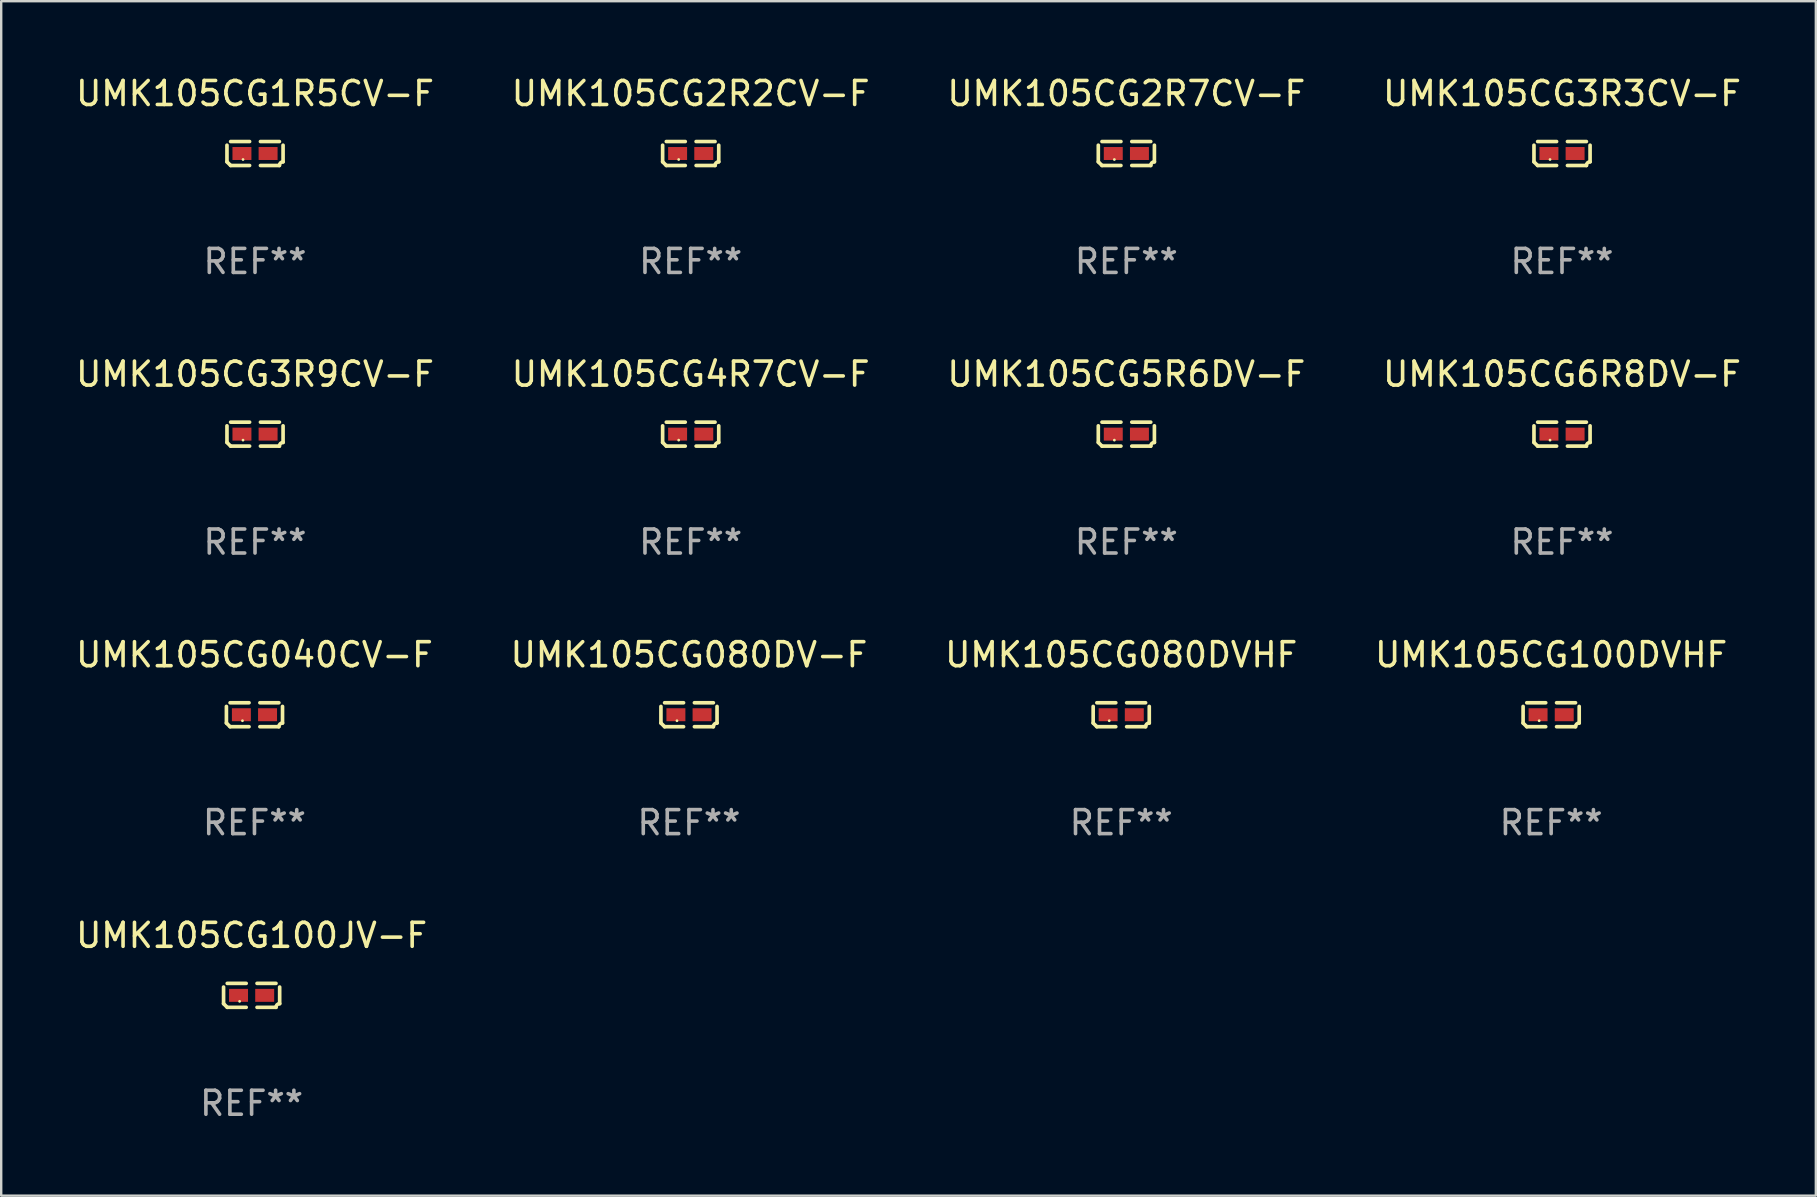
<source format=kicad_pcb>
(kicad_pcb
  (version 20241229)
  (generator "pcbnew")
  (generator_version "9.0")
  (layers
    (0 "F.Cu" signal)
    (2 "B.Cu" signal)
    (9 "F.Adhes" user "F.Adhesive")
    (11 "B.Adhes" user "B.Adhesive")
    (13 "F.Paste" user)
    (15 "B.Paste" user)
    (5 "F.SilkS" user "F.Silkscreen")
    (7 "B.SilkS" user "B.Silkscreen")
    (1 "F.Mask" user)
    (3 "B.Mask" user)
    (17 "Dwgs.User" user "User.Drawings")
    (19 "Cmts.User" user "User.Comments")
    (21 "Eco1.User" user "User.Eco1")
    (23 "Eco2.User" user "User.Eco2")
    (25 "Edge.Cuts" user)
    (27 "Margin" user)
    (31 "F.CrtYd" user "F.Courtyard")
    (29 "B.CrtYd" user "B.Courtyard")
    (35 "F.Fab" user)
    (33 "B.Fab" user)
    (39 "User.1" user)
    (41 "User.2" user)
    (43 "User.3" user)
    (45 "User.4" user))
  (footprint "UMK105CG3R3CV-F"
    (layer "F.Cu")
    (at 62.042 3.347)
    (property "Reference" "UMK105CG3R3CV-F" (at 0 -2.499 0) (layer "F.SilkS") (effects (font (size 1 1) (thickness 0.15))))
    (attr through_hole)
    (fp_line (start -1.169 0.346) (end -1.169 -0.346) (stroke (width 0.152) (type solid)) (layer "F.SilkS"))
    (fp_line (start -1.016 -0.499) (end -0.226 -0.499) (stroke (width 0.152) (type solid)) (layer "F.SilkS"))
    (fp_line (start -0.226 0.499) (end -1.016 0.499) (stroke (width 0.152) (type solid)) (layer "F.SilkS"))
    (fp_line (start 0.226 0.499) (end 1.016 0.499) (stroke (width 0.152) (type solid)) (layer "F.SilkS"))
    (fp_line (start 1.016 -0.499) (end 0.226 -0.499) (stroke (width 0.152) (type solid)) (layer "F.SilkS"))
    (fp_line (start 1.169 0.346) (end 1.169 -0.346) (stroke (width 0.152) (type solid)) (layer "F.SilkS"))
    (fp_arc (start -1.016307 0.498603) (mid -1.092512 0.422405) (end -1.16871 0.3462) (stroke (width 0.1524) (type solid)) (layer "F.SilkS"))
    (fp_arc (start 1.016307 0.498603) (mid 1.060899 0.390758) (end 1.168707 0.346076) (stroke (width 0.1524) (type solid)) (layer "F.SilkS"))
    (fp_circle (center -0.5 0.25) (end -0.47 0.25) (stroke (width 0.06) (type solid)) (fill no) (layer "F.SilkS"))
    (fp_text user "REF**" (at 0 4.499 0) (layer "F.Fab") (effects (font (size 1 1) (thickness 0.15))))
    (pad "1" smd rect (at -0.545 0) (size 0.79 0.54) (layers "F.Cu" "F.Mask" "F.Paste"))
    (pad "2" smd rect (at 0.545 0) (size 0.79 0.54) (layers "F.Cu" "F.Mask" "F.Paste")))
  (footprint "UMK105CG4R7CV-F"
    (layer "F.Cu")
    (at 25.732 15.041)
    (property "Reference" "UMK105CG4R7CV-F" (at 0 -2.499 0) (layer "F.SilkS") (effects (font (size 1 1) (thickness 0.15))))
    (attr through_hole)
    (fp_line (start -1.169 0.346) (end -1.169 -0.346) (stroke (width 0.152) (type solid)) (layer "F.SilkS"))
    (fp_line (start -1.016 -0.499) (end -0.226 -0.499) (stroke (width 0.152) (type solid)) (layer "F.SilkS"))
    (fp_line (start -0.226 0.499) (end -1.016 0.499) (stroke (width 0.152) (type solid)) (layer "F.SilkS"))
    (fp_line (start 0.226 0.499) (end 1.016 0.499) (stroke (width 0.152) (type solid)) (layer "F.SilkS"))
    (fp_line (start 1.016 -0.499) (end 0.226 -0.499) (stroke (width 0.152) (type solid)) (layer "F.SilkS"))
    (fp_line (start 1.169 0.346) (end 1.169 -0.346) (stroke (width 0.152) (type solid)) (layer "F.SilkS"))
    (fp_arc (start -1.016307 0.498603) (mid -1.092512 0.422405) (end -1.16871 0.3462) (stroke (width 0.1524) (type solid)) (layer "F.SilkS"))
    (fp_arc (start 1.016307 0.498603) (mid 1.060899 0.390758) (end 1.168707 0.346076) (stroke (width 0.1524) (type solid)) (layer "F.SilkS"))
    (fp_circle (center -0.5 0.25) (end -0.47 0.25) (stroke (width 0.06) (type solid)) (fill no) (layer "F.SilkS"))
    (fp_text user "REF**" (at 0 4.499 0) (layer "F.Fab") (effects (font (size 1 1) (thickness 0.15))))
    (pad "1" smd rect (at -0.545 0) (size 0.79 0.54) (layers "F.Cu" "F.Mask" "F.Paste"))
    (pad "2" smd rect (at 0.545 0) (size 0.79 0.54) (layers "F.Cu" "F.Mask" "F.Paste")))
  (footprint "UMK105CG2R2CV-F"
    (layer "F.Cu")
    (at 25.732 3.347)
    (property "Reference" "UMK105CG2R2CV-F" (at 0 -2.499 0) (layer "F.SilkS") (effects (font (size 1 1) (thickness 0.15))))
    (attr through_hole)
    (fp_line (start -1.169 0.346) (end -1.169 -0.346) (stroke (width 0.152) (type solid)) (layer "F.SilkS"))
    (fp_line (start -1.016 -0.499) (end -0.226 -0.499) (stroke (width 0.152) (type solid)) (layer "F.SilkS"))
    (fp_line (start -0.226 0.499) (end -1.016 0.499) (stroke (width 0.152) (type solid)) (layer "F.SilkS"))
    (fp_line (start 0.226 0.499) (end 1.016 0.499) (stroke (width 0.152) (type solid)) (layer "F.SilkS"))
    (fp_line (start 1.016 -0.499) (end 0.226 -0.499) (stroke (width 0.152) (type solid)) (layer "F.SilkS"))
    (fp_line (start 1.169 0.346) (end 1.169 -0.346) (stroke (width 0.152) (type solid)) (layer "F.SilkS"))
    (fp_arc (start -1.016307 0.498603) (mid -1.092512 0.422405) (end -1.16871 0.3462) (stroke (width 0.1524) (type solid)) (layer "F.SilkS"))
    (fp_arc (start 1.016307 0.498603) (mid 1.060899 0.390758) (end 1.168707 0.346076) (stroke (width 0.1524) (type solid)) (layer "F.SilkS"))
    (fp_circle (center -0.5 0.25) (end -0.47 0.25) (stroke (width 0.06) (type solid)) (fill no) (layer "F.SilkS"))
    (fp_text user "REF**" (at 0 4.499 0) (layer "F.Fab") (effects (font (size 1 1) (thickness 0.15))))
    (pad "1" smd rect (at -0.545 0) (size 0.79 0.54) (layers "F.Cu" "F.Mask" "F.Paste"))
    (pad "2" smd rect (at 0.545 0) (size 0.79 0.54) (layers "F.Cu" "F.Mask" "F.Paste")))
  (footprint "UMK105CG3R9CV-F"
    (layer "F.Cu")
    (at 7.577 15.041)
    (property "Reference" "UMK105CG3R9CV-F" (at 0 -2.499 0) (layer "F.SilkS") (effects (font (size 1 1) (thickness 0.15))))
    (attr through_hole)
    (fp_line (start -1.169 0.346) (end -1.169 -0.346) (stroke (width 0.152) (type solid)) (layer "F.SilkS"))
    (fp_line (start -1.016 -0.499) (end -0.226 -0.499) (stroke (width 0.152) (type solid)) (layer "F.SilkS"))
    (fp_line (start -0.226 0.499) (end -1.016 0.499) (stroke (width 0.152) (type solid)) (layer "F.SilkS"))
    (fp_line (start 0.226 0.499) (end 1.016 0.499) (stroke (width 0.152) (type solid)) (layer "F.SilkS"))
    (fp_line (start 1.016 -0.499) (end 0.226 -0.499) (stroke (width 0.152) (type solid)) (layer "F.SilkS"))
    (fp_line (start 1.169 0.346) (end 1.169 -0.346) (stroke (width 0.152) (type solid)) (layer "F.SilkS"))
    (fp_arc (start -1.016307 0.498603) (mid -1.092512 0.422405) (end -1.16871 0.3462) (stroke (width 0.1524) (type solid)) (layer "F.SilkS"))
    (fp_arc (start 1.016307 0.498603) (mid 1.060899 0.390758) (end 1.168707 0.346076) (stroke (width 0.1524) (type solid)) (layer "F.SilkS"))
    (fp_circle (center -0.5 0.25) (end -0.47 0.25) (stroke (width 0.06) (type solid)) (fill no) (layer "F.SilkS"))
    (fp_text user "REF**" (at 0 4.499 0) (layer "F.Fab") (effects (font (size 1 1) (thickness 0.15))))
    (pad "1" smd rect (at -0.545 0) (size 0.79 0.54) (layers "F.Cu" "F.Mask" "F.Paste"))
    (pad "2" smd rect (at 0.545 0) (size 0.79 0.54) (layers "F.Cu" "F.Mask" "F.Paste")))
  (footprint "UMK105CG6R8DV-F"
    (layer "F.Cu")
    (at 62.042 15.041)
    (property "Reference" "UMK105CG6R8DV-F" (at 0 -2.499 0) (layer "F.SilkS") (effects (font (size 1 1) (thickness 0.15))))
    (attr through_hole)
    (fp_line (start -1.169 0.346) (end -1.169 -0.346) (stroke (width 0.152) (type solid)) (layer "F.SilkS"))
    (fp_line (start -1.016 -0.499) (end -0.226 -0.499) (stroke (width 0.152) (type solid)) (layer "F.SilkS"))
    (fp_line (start -0.226 0.499) (end -1.016 0.499) (stroke (width 0.152) (type solid)) (layer "F.SilkS"))
    (fp_line (start 0.226 0.499) (end 1.016 0.499) (stroke (width 0.152) (type solid)) (layer "F.SilkS"))
    (fp_line (start 1.016 -0.499) (end 0.226 -0.499) (stroke (width 0.152) (type solid)) (layer "F.SilkS"))
    (fp_line (start 1.169 0.346) (end 1.169 -0.346) (stroke (width 0.152) (type solid)) (layer "F.SilkS"))
    (fp_arc (start -1.016307 0.498603) (mid -1.092512 0.422405) (end -1.16871 0.3462) (stroke (width 0.1524) (type solid)) (layer "F.SilkS"))
    (fp_arc (start 1.016307 0.498603) (mid 1.060899 0.390758) (end 1.168707 0.346076) (stroke (width 0.1524) (type solid)) (layer "F.SilkS"))
    (fp_circle (center -0.5 0.25) (end -0.47 0.25) (stroke (width 0.06) (type solid)) (fill no) (layer "F.SilkS"))
    (fp_text user "REF**" (at 0 4.499 0) (layer "F.Fab") (effects (font (size 1 1) (thickness 0.15))))
    (pad "1" smd rect (at -0.545 0) (size 0.79 0.54) (layers "F.Cu" "F.Mask" "F.Paste"))
    (pad "2" smd rect (at 0.545 0) (size 0.79 0.54) (layers "F.Cu" "F.Mask" "F.Paste")))
  (footprint "UMK105CG100JV-F"
    (layer "F.Cu")
    (at 7.435 38.428)
    (property "Reference" "UMK105CG100JV-F" (at 0 -2.499 0) (layer "F.SilkS") (effects (font (size 1 1) (thickness 0.15))))
    (attr through_hole)
    (fp_line (start -1.169 0.346) (end -1.169 -0.346) (stroke (width 0.152) (type solid)) (layer "F.SilkS"))
    (fp_line (start -1.016 -0.499) (end -0.226 -0.499) (stroke (width 0.152) (type solid)) (layer "F.SilkS"))
    (fp_line (start -0.226 0.499) (end -1.016 0.499) (stroke (width 0.152) (type solid)) (layer "F.SilkS"))
    (fp_line (start 0.226 0.499) (end 1.016 0.499) (stroke (width 0.152) (type solid)) (layer "F.SilkS"))
    (fp_line (start 1.016 -0.499) (end 0.226 -0.499) (stroke (width 0.152) (type solid)) (layer "F.SilkS"))
    (fp_line (start 1.169 0.346) (end 1.169 -0.346) (stroke (width 0.152) (type solid)) (layer "F.SilkS"))
    (fp_arc (start -1.016307 0.498603) (mid -1.092512 0.422405) (end -1.16871 0.3462) (stroke (width 0.1524) (type solid)) (layer "F.SilkS"))
    (fp_arc (start 1.016307 0.498603) (mid 1.060899 0.390758) (end 1.168707 0.346076) (stroke (width 0.1524) (type solid)) (layer "F.SilkS"))
    (fp_circle (center -0.5 0.25) (end -0.47 0.25) (stroke (width 0.06) (type solid)) (fill no) (layer "F.SilkS"))
    (fp_text user "REF**" (at 0 4.499 0) (layer "F.Fab") (effects (font (size 1 1) (thickness 0.15))))
    (pad "1" smd rect (at -0.545 0) (size 0.79 0.54) (layers "F.Cu" "F.Mask" "F.Paste"))
    (pad "2" smd rect (at 0.545 0) (size 0.79 0.54) (layers "F.Cu" "F.Mask" "F.Paste")))
  (footprint "UMK105CG100DVHF"
    (layer "F.Cu")
    (at 61.589 26.734)
    (property "Reference" "UMK105CG100DVHF" (at 0 -2.499 0) (layer "F.SilkS") (effects (font (size 1 1) (thickness 0.15))))
    (attr through_hole)
    (fp_line (start -1.169 0.346) (end -1.169 -0.346) (stroke (width 0.152) (type solid)) (layer "F.SilkS"))
    (fp_line (start -1.016 -0.499) (end -0.226 -0.499) (stroke (width 0.152) (type solid)) (layer "F.SilkS"))
    (fp_line (start -0.226 0.499) (end -1.016 0.499) (stroke (width 0.152) (type solid)) (layer "F.SilkS"))
    (fp_line (start 0.226 0.499) (end 1.016 0.499) (stroke (width 0.152) (type solid)) (layer "F.SilkS"))
    (fp_line (start 1.016 -0.499) (end 0.226 -0.499) (stroke (width 0.152) (type solid)) (layer "F.SilkS"))
    (fp_line (start 1.169 0.346) (end 1.169 -0.346) (stroke (width 0.152) (type solid)) (layer "F.SilkS"))
    (fp_arc (start -1.016307 0.498603) (mid -1.092512 0.422405) (end -1.16871 0.3462) (stroke (width 0.1524) (type solid)) (layer "F.SilkS"))
    (fp_arc (start 1.016307 0.498603) (mid 1.060899 0.390758) (end 1.168707 0.346076) (stroke (width 0.1524) (type solid)) (layer "F.SilkS"))
    (fp_circle (center -0.5 0.25) (end -0.47 0.25) (stroke (width 0.06) (type solid)) (fill no) (layer "F.SilkS"))
    (fp_text user "REF**" (at 0 4.499 0) (layer "F.Fab") (effects (font (size 1 1) (thickness 0.15))))
    (pad "1" smd rect (at -0.545 0) (size 0.79 0.54) (layers "F.Cu" "F.Mask" "F.Paste"))
    (pad "2" smd rect (at 0.545 0) (size 0.79 0.54) (layers "F.Cu" "F.Mask" "F.Paste")))
  (footprint "UMK105CG1R5CV-F"
    (layer "F.Cu")
    (at 7.577 3.347)
    (property "Reference" "UMK105CG1R5CV-F" (at 0 -2.499 0) (layer "F.SilkS") (effects (font (size 1 1) (thickness 0.15))))
    (attr through_hole)
    (fp_line (start -1.169 0.346) (end -1.169 -0.346) (stroke (width 0.152) (type solid)) (layer "F.SilkS"))
    (fp_line (start -1.016 -0.499) (end -0.226 -0.499) (stroke (width 0.152) (type solid)) (layer "F.SilkS"))
    (fp_line (start -0.226 0.499) (end -1.016 0.499) (stroke (width 0.152) (type solid)) (layer "F.SilkS"))
    (fp_line (start 0.226 0.499) (end 1.016 0.499) (stroke (width 0.152) (type solid)) (layer "F.SilkS"))
    (fp_line (start 1.016 -0.499) (end 0.226 -0.499) (stroke (width 0.152) (type solid)) (layer "F.SilkS"))
    (fp_line (start 1.169 0.346) (end 1.169 -0.346) (stroke (width 0.152) (type solid)) (layer "F.SilkS"))
    (fp_arc (start -1.016307 0.498603) (mid -1.092512 0.422405) (end -1.16871 0.3462) (stroke (width 0.1524) (type solid)) (layer "F.SilkS"))
    (fp_arc (start 1.016307 0.498603) (mid 1.060899 0.390758) (end 1.168707 0.346076) (stroke (width 0.1524) (type solid)) (layer "F.SilkS"))
    (fp_circle (center -0.5 0.25) (end -0.47 0.25) (stroke (width 0.06) (type solid)) (fill no) (layer "F.SilkS"))
    (fp_text user "REF**" (at 0 4.499 0) (layer "F.Fab") (effects (font (size 1 1) (thickness 0.15))))
    (pad "1" smd rect (at -0.545 0) (size 0.79 0.54) (layers "F.Cu" "F.Mask" "F.Paste"))
    (pad "2" smd rect (at 0.545 0) (size 0.79 0.54) (layers "F.Cu" "F.Mask" "F.Paste")))
  (footprint "UMK105CG5R6DV-F"
    (layer "F.Cu")
    (at 43.887 15.041)
    (property "Reference" "UMK105CG5R6DV-F" (at 0 -2.499 0) (layer "F.SilkS") (effects (font (size 1 1) (thickness 0.15))))
    (attr through_hole)
    (fp_line (start -1.169 0.346) (end -1.169 -0.346) (stroke (width 0.152) (type solid)) (layer "F.SilkS"))
    (fp_line (start -1.016 -0.499) (end -0.226 -0.499) (stroke (width 0.152) (type solid)) (layer "F.SilkS"))
    (fp_line (start -0.226 0.499) (end -1.016 0.499) (stroke (width 0.152) (type solid)) (layer "F.SilkS"))
    (fp_line (start 0.226 0.499) (end 1.016 0.499) (stroke (width 0.152) (type solid)) (layer "F.SilkS"))
    (fp_line (start 1.016 -0.499) (end 0.226 -0.499) (stroke (width 0.152) (type solid)) (layer "F.SilkS"))
    (fp_line (start 1.169 0.346) (end 1.169 -0.346) (stroke (width 0.152) (type solid)) (layer "F.SilkS"))
    (fp_arc (start -1.016307 0.498603) (mid -1.092512 0.422405) (end -1.16871 0.3462) (stroke (width 0.1524) (type solid)) (layer "F.SilkS"))
    (fp_arc (start 1.016307 0.498603) (mid 1.060899 0.390758) (end 1.168707 0.346076) (stroke (width 0.1524) (type solid)) (layer "F.SilkS"))
    (fp_circle (center -0.5 0.25) (end -0.47 0.25) (stroke (width 0.06) (type solid)) (fill no) (layer "F.SilkS"))
    (fp_text user "REF**" (at 0 4.499 0) (layer "F.Fab") (effects (font (size 1 1) (thickness 0.15))))
    (pad "1" smd rect (at -0.545 0) (size 0.79 0.54) (layers "F.Cu" "F.Mask" "F.Paste"))
    (pad "2" smd rect (at 0.545 0) (size 0.79 0.54) (layers "F.Cu" "F.Mask" "F.Paste")))
  (footprint "UMK105CG2R7CV-F"
    (layer "F.Cu")
    (at 43.887 3.347)
    (property "Reference" "UMK105CG2R7CV-F" (at 0 -2.499 0) (layer "F.SilkS") (effects (font (size 1 1) (thickness 0.15))))
    (attr through_hole)
    (fp_line (start -1.169 0.346) (end -1.169 -0.346) (stroke (width 0.152) (type solid)) (layer "F.SilkS"))
    (fp_line (start -1.016 -0.499) (end -0.226 -0.499) (stroke (width 0.152) (type solid)) (layer "F.SilkS"))
    (fp_line (start -0.226 0.499) (end -1.016 0.499) (stroke (width 0.152) (type solid)) (layer "F.SilkS"))
    (fp_line (start 0.226 0.499) (end 1.016 0.499) (stroke (width 0.152) (type solid)) (layer "F.SilkS"))
    (fp_line (start 1.016 -0.499) (end 0.226 -0.499) (stroke (width 0.152) (type solid)) (layer "F.SilkS"))
    (fp_line (start 1.169 0.346) (end 1.169 -0.346) (stroke (width 0.152) (type solid)) (layer "F.SilkS"))
    (fp_arc (start -1.016307 0.498603) (mid -1.092512 0.422405) (end -1.16871 0.3462) (stroke (width 0.1524) (type solid)) (layer "F.SilkS"))
    (fp_arc (start 1.016307 0.498603) (mid 1.060899 0.390758) (end 1.168707 0.346076) (stroke (width 0.1524) (type solid)) (layer "F.SilkS"))
    (fp_circle (center -0.5 0.25) (end -0.47 0.25) (stroke (width 0.06) (type solid)) (fill no) (layer "F.SilkS"))
    (fp_text user "REF**" (at 0 4.499 0) (layer "F.Fab") (effects (font (size 1 1) (thickness 0.15))))
    (pad "1" smd rect (at -0.545 0) (size 0.79 0.54) (layers "F.Cu" "F.Mask" "F.Paste"))
    (pad "2" smd rect (at 0.545 0) (size 0.79 0.54) (layers "F.Cu" "F.Mask" "F.Paste")))
  (footprint "UMK105CG040CV-F"
    (layer "F.Cu")
    (at 7.554 26.734)
    (property "Reference" "UMK105CG040CV-F" (at 0 -2.499 0) (layer "F.SilkS") (effects (font (size 1 1) (thickness 0.15))))
    (attr through_hole)
    (fp_line (start -1.169 0.346) (end -1.169 -0.346) (stroke (width 0.152) (type solid)) (layer "F.SilkS"))
    (fp_line (start -1.016 -0.499) (end -0.226 -0.499) (stroke (width 0.152) (type solid)) (layer "F.SilkS"))
    (fp_line (start -0.226 0.499) (end -1.016 0.499) (stroke (width 0.152) (type solid)) (layer "F.SilkS"))
    (fp_line (start 0.226 0.499) (end 1.016 0.499) (stroke (width 0.152) (type solid)) (layer "F.SilkS"))
    (fp_line (start 1.016 -0.499) (end 0.226 -0.499) (stroke (width 0.152) (type solid)) (layer "F.SilkS"))
    (fp_line (start 1.169 0.346) (end 1.169 -0.346) (stroke (width 0.152) (type solid)) (layer "F.SilkS"))
    (fp_arc (start -1.016307 0.498603) (mid -1.092512 0.422405) (end -1.16871 0.3462) (stroke (width 0.1524) (type solid)) (layer "F.SilkS"))
    (fp_arc (start 1.016307 0.498603) (mid 1.060899 0.390758) (end 1.168707 0.346076) (stroke (width 0.1524) (type solid)) (layer "F.SilkS"))
    (fp_circle (center -0.5 0.25) (end -0.47 0.25) (stroke (width 0.06) (type solid)) (fill no) (layer "F.SilkS"))
    (fp_text user "REF**" (at 0 4.499 0) (layer "F.Fab") (effects (font (size 1 1) (thickness 0.15))))
    (pad "1" smd rect (at -0.545 0) (size 0.79 0.54) (layers "F.Cu" "F.Mask" "F.Paste"))
    (pad "2" smd rect (at 0.545 0) (size 0.79 0.54) (layers "F.Cu" "F.Mask" "F.Paste")))
  (footprint "UMK105CG080DV-F"
    (layer "F.Cu")
    (at 25.661 26.734)
    (property "Reference" "UMK105CG080DV-F" (at 0 -2.499 0) (layer "F.SilkS") (effects (font (size 1 1) (thickness 0.15))))
    (attr through_hole)
    (fp_line (start -1.169 0.346) (end -1.169 -0.346) (stroke (width 0.152) (type solid)) (layer "F.SilkS"))
    (fp_line (start -1.016 -0.499) (end -0.226 -0.499) (stroke (width 0.152) (type solid)) (layer "F.SilkS"))
    (fp_line (start -0.226 0.499) (end -1.016 0.499) (stroke (width 0.152) (type solid)) (layer "F.SilkS"))
    (fp_line (start 0.226 0.499) (end 1.016 0.499) (stroke (width 0.152) (type solid)) (layer "F.SilkS"))
    (fp_line (start 1.016 -0.499) (end 0.226 -0.499) (stroke (width 0.152) (type solid)) (layer "F.SilkS"))
    (fp_line (start 1.169 0.346) (end 1.169 -0.346) (stroke (width 0.152) (type solid)) (layer "F.SilkS"))
    (fp_arc (start -1.016307 0.498603) (mid -1.092512 0.422405) (end -1.16871 0.3462) (stroke (width 0.1524) (type solid)) (layer "F.SilkS"))
    (fp_arc (start 1.016307 0.498603) (mid 1.060899 0.390758) (end 1.168707 0.346076) (stroke (width 0.1524) (type solid)) (layer "F.SilkS"))
    (fp_circle (center -0.5 0.25) (end -0.47 0.25) (stroke (width 0.06) (type solid)) (fill no) (layer "F.SilkS"))
    (fp_text user "REF**" (at 0 4.499 0) (layer "F.Fab") (effects (font (size 1 1) (thickness 0.15))))
    (pad "1" smd rect (at -0.545 0) (size 0.79 0.54) (layers "F.Cu" "F.Mask" "F.Paste"))
    (pad "2" smd rect (at 0.545 0) (size 0.79 0.54) (layers "F.Cu" "F.Mask" "F.Paste")))
  (footprint "UMK105CG080DVHF"
    (layer "F.Cu")
    (at 43.673 26.734)
    (property "Reference" "UMK105CG080DVHF" (at 0 -2.499 0) (layer "F.SilkS") (effects (font (size 1 1) (thickness 0.15))))
    (attr through_hole)
    (fp_line (start -1.169 0.346) (end -1.169 -0.346) (stroke (width 0.152) (type solid)) (layer "F.SilkS"))
    (fp_line (start -1.016 -0.499) (end -0.226 -0.499) (stroke (width 0.152) (type solid)) (layer "F.SilkS"))
    (fp_line (start -0.226 0.499) (end -1.016 0.499) (stroke (width 0.152) (type solid)) (layer "F.SilkS"))
    (fp_line (start 0.226 0.499) (end 1.016 0.499) (stroke (width 0.152) (type solid)) (layer "F.SilkS"))
    (fp_line (start 1.016 -0.499) (end 0.226 -0.499) (stroke (width 0.152) (type solid)) (layer "F.SilkS"))
    (fp_line (start 1.169 0.346) (end 1.169 -0.346) (stroke (width 0.152) (type solid)) (layer "F.SilkS"))
    (fp_arc (start -1.016307 0.498603) (mid -1.092512 0.422405) (end -1.16871 0.3462) (stroke (width 0.1524) (type solid)) (layer "F.SilkS"))
    (fp_arc (start 1.016307 0.498603) (mid 1.060899 0.390758) (end 1.168707 0.346076) (stroke (width 0.1524) (type solid)) (layer "F.SilkS"))
    (fp_circle (center -0.5 0.25) (end -0.47 0.25) (stroke (width 0.06) (type solid)) (fill no) (layer "F.SilkS"))
    (fp_text user "REF**" (at 0 4.499 0) (layer "F.Fab") (effects (font (size 1 1) (thickness 0.15))))
    (pad "1" smd rect (at -0.545 0) (size 0.79 0.54) (layers "F.Cu" "F.Mask" "F.Paste"))
    (pad "2" smd rect (at 0.545 0) (size 0.79 0.54) (layers "F.Cu" "F.Mask" "F.Paste")))
  (gr_rect
    (start -3 -3)
    (end 72.619 46.775)
    (stroke (width 0.1) (type default))
    (fill no)
    (layer "Edge.Cuts")))
</source>
